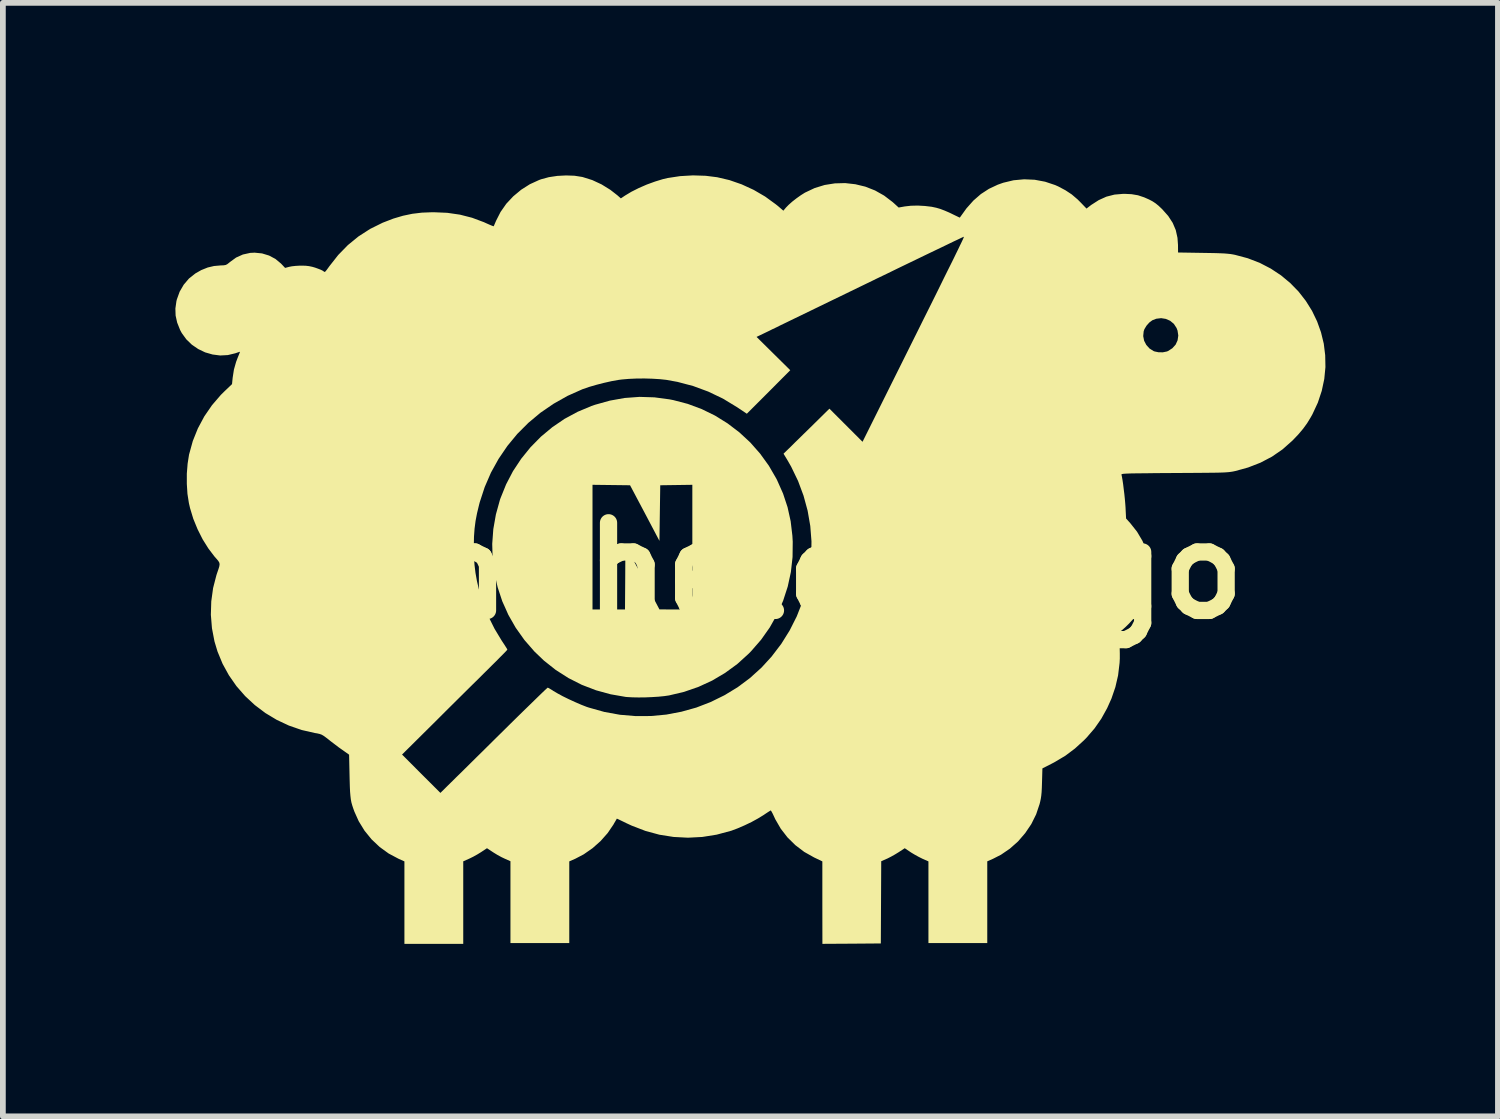
<source format=kicad_pcb>
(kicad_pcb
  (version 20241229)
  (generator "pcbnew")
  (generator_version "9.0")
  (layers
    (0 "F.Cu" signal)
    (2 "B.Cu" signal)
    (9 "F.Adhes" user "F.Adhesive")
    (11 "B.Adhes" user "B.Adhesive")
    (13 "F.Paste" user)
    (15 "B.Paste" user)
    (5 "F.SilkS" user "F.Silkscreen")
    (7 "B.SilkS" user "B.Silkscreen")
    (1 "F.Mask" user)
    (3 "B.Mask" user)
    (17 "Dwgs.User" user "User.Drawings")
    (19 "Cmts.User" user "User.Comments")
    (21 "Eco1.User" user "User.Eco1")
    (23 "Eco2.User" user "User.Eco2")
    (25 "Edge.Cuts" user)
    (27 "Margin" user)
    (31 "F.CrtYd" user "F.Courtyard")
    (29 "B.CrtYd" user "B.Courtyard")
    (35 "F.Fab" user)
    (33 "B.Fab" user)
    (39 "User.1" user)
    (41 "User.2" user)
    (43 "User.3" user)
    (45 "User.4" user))
  (footprint "Handheld_Logo"
    (layer "F.Cu")
    (at 10 6.876)
    (property "Reference" "Handheld_Logo" (at 0 0 0) (layer "F.SilkS") (effects (font (size 1.524 1.524) (thickness 0.3))))
    (attr board_only exclude_from_pos_files exclude_from_bom)
    (fp_poly (pts (xy -1.669 -3.016) (xy -1.407 -2.981) (xy -1.341 -2.968) (xy -1.089 -2.902) (xy -0.847 -2.812) (xy -0.616 -2.699) (xy -0.397 -2.563) (xy -0.192 -2.407) (xy -0.003 -2.232) (xy 0.168 -2.038) (xy 0.32 -1.828) (xy 0.451 -1.602) (xy 0.464 -1.576) (xy 0.568 -1.342) (xy 0.646 -1.106) (xy 0.7 -0.862) (xy 0.73 -0.609) (xy 0.736 -0.505) (xy 0.733 -0.239) (xy 0.704 0.021) (xy 0.649 0.275) (xy 0.569 0.521) (xy 0.465 0.758) (xy 0.337 0.985) (xy 0.186 1.199) (xy 0.012 1.399) (xy -0.028 1.44) (xy -0.225 1.619) (xy -0.438 1.775) (xy -0.664 1.909) (xy -0.903 2.019) (xy -1.154 2.106) (xy -1.416 2.168) (xy -1.417 2.168) (xy -1.5 2.18) (xy -1.601 2.19) (xy -1.714 2.197) (xy -1.832 2.202) (xy -1.947 2.203) (xy -2.053 2.201) (xy -2.141 2.196) (xy -2.167 2.194) (xy -2.431 2.148) (xy -2.686 2.078) (xy -2.931 1.984) (xy -3.164 1.866) (xy -3.385 1.725) (xy -3.591 1.562) (xy -3.756 1.404) (xy -3.93 1.204) (xy -4.082 0.99) (xy -4.21 0.766) (xy -4.251 0.673) (xy -2.746 0.673) (xy -2.181 0.673) (xy -2.177 0.112) (xy -2.174 -0.449) (xy -1.878 0.111) (xy -1.582 0.672) (xy -1.296 0.673) (xy -1.01 0.673) (xy -1.01 -1.495) (xy -1.289 -1.491) (xy -1.568 -1.487) (xy -1.575 -1.004) (xy -1.582 -0.52) (xy -1.837 -1.004) (xy -2.093 -1.487) (xy -2.746 -1.495) (xy -2.746 0.673) (xy -4.251 0.673) (xy -4.315 0.531) (xy -4.395 0.289) (xy -4.452 0.041) (xy -4.483 -0.212) (xy -4.49 -0.467) (xy -4.471 -0.724) (xy -4.426 -0.98) (xy -4.356 -1.233) (xy -4.347 -1.259) (xy -4.249 -1.502) (xy -4.129 -1.732) (xy -3.986 -1.948) (xy -3.824 -2.148) (xy -3.643 -2.332) (xy -3.445 -2.497) (xy -3.232 -2.642) (xy -3.004 -2.765) (xy -2.763 -2.866) (xy -2.702 -2.887) (xy -2.444 -2.959) (xy -2.187 -3.005) (xy -1.929 -3.024)) (stroke (width 0) (type solid)) (fill yes) (layer "F.SilkS"))
    (fp_poly (pts (xy -0.778 -6.869) (xy -0.579 -6.844) (xy -0.365 -6.794) (xy -0.152 -6.72) (xy 0.057 -6.624) (xy 0.256 -6.508) (xy 0.44 -6.374) (xy 0.479 -6.343) (xy 0.573 -6.262) (xy 0.618 -6.316) (xy 0.665 -6.364) (xy 0.728 -6.42) (xy 0.801 -6.477) (xy 0.877 -6.531) (xy 0.947 -6.575) (xy 0.953 -6.578) (xy 1.118 -6.656) (xy 1.291 -6.709) (xy 1.468 -6.737) (xy 1.647 -6.742) (xy 1.825 -6.722) (xy 1.999 -6.68) (xy 2.167 -6.614) (xy 2.325 -6.525) (xy 2.472 -6.413) (xy 2.499 -6.389) (xy 2.578 -6.317) (xy 2.685 -6.336) (xy 2.79 -6.348) (xy 2.91 -6.351) (xy 3.034 -6.344) (xy 3.153 -6.33) (xy 3.236 -6.312) (xy 3.301 -6.293) (xy 3.377 -6.264) (xy 3.454 -6.231) (xy 3.498 -6.21) (xy 3.553 -6.183) (xy 3.599 -6.161) (xy 3.63 -6.146) (xy 3.642 -6.142) (xy 3.757 -6.302) (xy 3.878 -6.438) (xy 4.008 -6.551) (xy 4.148 -6.642) (xy 4.301 -6.714) (xy 4.397 -6.748) (xy 4.576 -6.791) (xy 4.76 -6.808) (xy 4.944 -6.8) (xy 5.125 -6.766) (xy 5.299 -6.708) (xy 5.355 -6.683) (xy 5.479 -6.617) (xy 5.588 -6.545) (xy 5.69 -6.458) (xy 5.746 -6.402) (xy 5.845 -6.299) (xy 5.927 -6.362) (xy 6.058 -6.446) (xy 6.191 -6.506) (xy 6.332 -6.542) (xy 6.485 -6.555) (xy 6.506 -6.555) (xy 6.629 -6.549) (xy 6.74 -6.53) (xy 6.848 -6.494) (xy 6.932 -6.457) (xy 6.993 -6.425) (xy 7.046 -6.39) (xy 7.099 -6.347) (xy 7.16 -6.289) (xy 7.162 -6.287) (xy 7.266 -6.17) (xy 7.344 -6.05) (xy 7.397 -5.925) (xy 7.427 -5.79) (xy 7.436 -5.665) (xy 7.437 -5.535) (xy 7.868 -5.528) (xy 7.994 -5.526) (xy 8.097 -5.524) (xy 8.18 -5.521) (xy 8.248 -5.518) (xy 8.303 -5.513) (xy 8.351 -5.508) (xy 8.393 -5.501) (xy 8.428 -5.494) (xy 8.649 -5.435) (xy 8.857 -5.355) (xy 9.05 -5.255) (xy 9.228 -5.137) (xy 9.389 -5.003) (xy 9.533 -4.855) (xy 9.659 -4.693) (xy 9.767 -4.52) (xy 9.855 -4.337) (xy 9.923 -4.147) (xy 9.971 -3.95) (xy 9.996 -3.748) (xy 10 -3.542) (xy 9.98 -3.336) (xy 9.936 -3.129) (xy 9.868 -2.924) (xy 9.774 -2.722) (xy 9.745 -2.67) (xy 9.681 -2.565) (xy 9.612 -2.47) (xy 9.533 -2.376) (xy 9.438 -2.276) (xy 9.423 -2.261) (xy 9.255 -2.112) (xy 9.071 -1.985) (xy 8.871 -1.88) (xy 8.655 -1.796) (xy 8.433 -1.735) (xy 8.406 -1.729) (xy 8.38 -1.724) (xy 8.353 -1.72) (xy 8.322 -1.716) (xy 8.286 -1.713) (xy 8.242 -1.71) (xy 8.188 -1.708) (xy 8.123 -1.706) (xy 8.043 -1.705) (xy 7.947 -1.704) (xy 7.832 -1.703) (xy 7.697 -1.702) (xy 7.539 -1.701) (xy 7.372 -1.7) (xy 7.192 -1.699) (xy 7.036 -1.698) (xy 6.904 -1.696) (xy 6.793 -1.695) (xy 6.701 -1.694) (xy 6.627 -1.693) (xy 6.57 -1.691) (xy 6.526 -1.689) (xy 6.494 -1.687) (xy 6.473 -1.684) (xy 6.46 -1.681) (xy 6.454 -1.677) (xy 6.453 -1.673) (xy 6.453 -1.672) (xy 6.461 -1.635) (xy 6.471 -1.578) (xy 6.482 -1.504) (xy 6.492 -1.421) (xy 6.503 -1.333) (xy 6.512 -1.246) (xy 6.519 -1.165) (xy 6.524 -1.096) (xy 6.524 -1.09) (xy 6.533 -0.909) (xy 6.606 -0.828) (xy 6.724 -0.679) (xy 6.818 -0.52) (xy 6.889 -0.35) (xy 6.906 -0.295) (xy 6.923 -0.214) (xy 6.936 -0.115) (xy 6.943 -0.007) (xy 6.944 0.099) (xy 6.938 0.195) (xy 6.933 0.237) (xy 6.898 0.385) (xy 6.844 0.535) (xy 6.774 0.676) (xy 6.726 0.753) (xy 6.689 0.802) (xy 6.639 0.859) (xy 6.584 0.919) (xy 6.527 0.975) (xy 6.477 1.02) (xy 6.447 1.044) (xy 6.414 1.069) (xy 6.4 1.089) (xy 6.399 1.112) (xy 6.4 1.117) (xy 6.41 1.176) (xy 6.417 1.255) (xy 6.422 1.344) (xy 6.424 1.438) (xy 6.424 1.529) (xy 6.42 1.603) (xy 6.394 1.82) (xy 6.347 2.023) (xy 6.279 2.222) (xy 6.204 2.389) (xy 6.102 2.573) (xy 5.985 2.741) (xy 5.848 2.9) (xy 5.801 2.948) (xy 5.643 3.092) (xy 5.478 3.216) (xy 5.297 3.324) (xy 5.241 3.354) (xy 5.078 3.437) (xy 5.071 3.68) (xy 5.068 3.776) (xy 5.064 3.851) (xy 5.058 3.912) (xy 5.05 3.965) (xy 5.039 4.017) (xy 5.029 4.057) (xy 4.969 4.236) (xy 4.885 4.405) (xy 4.779 4.562) (xy 4.655 4.706) (xy 4.513 4.832) (xy 4.358 4.938) (xy 4.219 5.009) (xy 4.119 5.053) (xy 4.119 6.475) (xy 3.096 6.475) (xy 3.096 5.764) (xy 3.096 5.054) (xy 2.992 5.008) (xy 2.928 4.976) (xy 2.857 4.937) (xy 2.792 4.898) (xy 2.785 4.893) (xy 2.684 4.825) (xy 2.577 4.895) (xy 2.515 4.933) (xy 2.447 4.971) (xy 2.385 5.003) (xy 2.373 5.008) (xy 2.275 5.051) (xy 2.268 6.481) (xy 1.76 6.485) (xy 1.252 6.488) (xy 1.251 5.771) (xy 1.251 5.054) (xy 1.107 4.985) (xy 0.936 4.889) (xy 0.782 4.772) (xy 0.645 4.637) (xy 0.528 4.486) (xy 0.432 4.32) (xy 0.409 4.27) (xy 0.387 4.223) (xy 0.368 4.188) (xy 0.356 4.17) (xy 0.353 4.168) (xy 0.339 4.176) (xy 0.307 4.196) (xy 0.263 4.225) (xy 0.229 4.248) (xy 0.133 4.307) (xy 0.02 4.369) (xy -0.101 4.427) (xy -0.221 4.479) (xy -0.33 4.52) (xy -0.337 4.522) (xy -0.586 4.589) (xy -0.836 4.629) (xy -1.086 4.642) (xy -1.336 4.629) (xy -1.583 4.59) (xy -1.826 4.524) (xy -2.065 4.432) (xy -2.16 4.388) (xy -2.219 4.359) (xy -2.269 4.335) (xy -2.304 4.318) (xy -2.322 4.311) (xy -2.323 4.311) (xy -2.33 4.323) (xy -2.347 4.353) (xy -2.372 4.395) (xy -2.381 4.412) (xy -2.483 4.562) (xy -2.606 4.701) (xy -2.746 4.825) (xy -2.9 4.932) (xy -3.045 5.008) (xy -3.15 5.054) (xy -3.15 5.764) (xy -3.15 6.475) (xy -4.173 6.475) (xy -4.173 5.051) (xy -4.27 5.008) (xy -4.329 4.98) (xy -4.397 4.943) (xy -4.461 4.904) (xy -4.475 4.895) (xy -4.581 4.825) (xy -4.687 4.895) (xy -4.749 4.933) (xy -4.819 4.972) (xy -4.882 5.003) (xy -4.893 5.008) (xy -4.994 5.053) (xy -4.994 6.488) (xy -6.017 6.488) (xy -6.017 5.771) (xy -6.017 5.054) (xy -6.12 5.008) (xy -6.291 4.917) (xy -6.447 4.804) (xy -6.588 4.671) (xy -6.71 4.521) (xy -6.812 4.355) (xy -6.887 4.188) (xy -6.908 4.13) (xy -6.925 4.078) (xy -6.939 4.028) (xy -6.949 3.975) (xy -6.956 3.914) (xy -6.962 3.843) (xy -6.966 3.756) (xy -6.969 3.65) (xy -6.971 3.568) (xy -6.979 3.198) (xy -6.982 3.196) (xy -6.058 3.196) (xy -5.725 3.53) (xy -5.391 3.863) (xy -5.216 3.69) (xy -5.178 3.653) (xy -5.123 3.598) (xy -5.052 3.529) (xy -4.968 3.446) (xy -4.873 3.352) (xy -4.768 3.248) (xy -4.655 3.137) (xy -4.537 3.02) (xy -4.416 2.9) (xy -4.292 2.778) (xy -4.289 2.775) (xy -4.171 2.658) (xy -4.058 2.547) (xy -3.952 2.443) (xy -3.854 2.348) (xy -3.766 2.262) (xy -3.69 2.188) (xy -3.626 2.126) (xy -3.577 2.079) (xy -3.543 2.048) (xy -3.527 2.033) (xy -3.526 2.033) (xy -3.509 2.039) (xy -3.477 2.058) (xy -3.436 2.083) (xy -3.43 2.088) (xy -3.355 2.132) (xy -3.263 2.182) (xy -3.159 2.233) (xy -3.05 2.283) (xy -2.944 2.329) (xy -2.847 2.367) (xy -2.807 2.38) (xy -2.54 2.455) (xy -2.27 2.504) (xy -1.999 2.527) (xy -1.729 2.526) (xy -1.462 2.501) (xy -1.199 2.451) (xy -0.941 2.379) (xy -0.692 2.283) (xy -0.452 2.165) (xy -0.223 2.026) (xy -0.007 1.865) (xy 0.194 1.683) (xy 0.367 1.494) (xy 0.537 1.271) (xy 0.683 1.037) (xy 0.806 0.793) (xy 0.905 0.541) (xy 0.98 0.283) (xy 1.032 0.02) (xy 1.059 -0.246) (xy 1.062 -0.513) (xy 1.041 -0.78) (xy 0.995 -1.045) (xy 0.924 -1.306) (xy 0.829 -1.561) (xy 0.709 -1.81) (xy 0.645 -1.922) (xy 0.576 -2.036) (xy 0.648 -2.106) (xy 0.675 -2.132) (xy 0.719 -2.175) (xy 0.775 -2.231) (xy 0.843 -2.297) (xy 0.917 -2.37) (xy 0.997 -2.448) (xy 1.047 -2.497) (xy 1.374 -2.819) (xy 1.662 -2.531) (xy 1.95 -2.243) (xy 2.774 -3.898) (xy 2.865 -4.081) (xy 6.831 -4.081) (xy 6.847 -4) (xy 6.885 -3.927) (xy 6.941 -3.865) (xy 7.013 -3.82) (xy 7.03 -3.814) (xy 7.097 -3.8) (xy 7.172 -3.799) (xy 7.241 -3.813) (xy 7.262 -3.821) (xy 7.338 -3.87) (xy 7.395 -3.933) (xy 7.429 -4.008) (xy 7.441 -4.091) (xy 7.428 -4.177) (xy 7.411 -4.222) (xy 7.364 -4.294) (xy 7.3 -4.347) (xy 7.225 -4.38) (xy 7.143 -4.393) (xy 7.058 -4.383) (xy 6.991 -4.357) (xy 6.938 -4.318) (xy 6.889 -4.263) (xy 6.852 -4.202) (xy 6.839 -4.164) (xy 6.831 -4.081) (xy 2.865 -4.081) (xy 2.9 -4.151) (xy 3.014 -4.381) (xy 3.118 -4.589) (xy 3.211 -4.776) (xy 3.294 -4.944) (xy 3.367 -5.093) (xy 3.432 -5.224) (xy 3.489 -5.338) (xy 3.538 -5.437) (xy 3.579 -5.522) (xy 3.614 -5.593) (xy 3.642 -5.652) (xy 3.665 -5.699) (xy 3.683 -5.737) (xy 3.696 -5.765) (xy 3.705 -5.786) (xy 3.71 -5.799) (xy 3.712 -5.807) (xy 3.712 -5.809) (xy 3.699 -5.804) (xy 3.664 -5.788) (xy 3.608 -5.761) (xy 3.531 -5.725) (xy 3.436 -5.679) (xy 3.324 -5.625) (xy 3.197 -5.564) (xy 3.055 -5.496) (xy 2.9 -5.421) (xy 2.734 -5.341) (xy 2.558 -5.256) (xy 2.374 -5.166) (xy 2.182 -5.074) (xy 2.14 -5.053) (xy 1.942 -4.957) (xy 1.748 -4.863) (xy 1.559 -4.771) (xy 1.377 -4.683) (xy 1.204 -4.599) (xy 1.041 -4.52) (xy 0.891 -4.447) (xy 0.754 -4.381) (xy 0.633 -4.322) (xy 0.529 -4.272) (xy 0.445 -4.23) (xy 0.381 -4.2) (xy 0.34 -4.179) (xy 0.34 -4.179) (xy 0.107 -4.067) (xy 0.693 -3.488) (xy 0.316 -3.109) (xy -0.062 -2.731) (xy -0.234 -2.846) (xy -0.478 -2.994) (xy -0.733 -3.116) (xy -0.996 -3.213) (xy -1.269 -3.285) (xy -1.462 -3.32) (xy -1.574 -3.332) (xy -1.703 -3.34) (xy -1.841 -3.344) (xy -1.981 -3.343) (xy -2.114 -3.337) (xy -2.232 -3.327) (xy -2.288 -3.32) (xy -2.412 -3.298) (xy -2.545 -3.268) (xy -2.678 -3.234) (xy -2.802 -3.198) (xy -2.909 -3.161) (xy -2.921 -3.157) (xy -3.179 -3.042) (xy -3.422 -2.905) (xy -3.65 -2.749) (xy -3.861 -2.573) (xy -4.054 -2.38) (xy -4.227 -2.17) (xy -4.38 -1.945) (xy -4.512 -1.707) (xy -4.621 -1.455) (xy -4.707 -1.192) (xy -4.718 -1.15) (xy -4.754 -1.001) (xy -4.78 -0.865) (xy -4.797 -0.733) (xy -4.807 -0.595) (xy -4.81 -0.442) (xy -4.811 -0.411) (xy -4.808 -0.248) (xy -4.798 -0.102) (xy -4.781 0.037) (xy -4.756 0.177) (xy -4.725 0.311) (xy -4.654 0.548) (xy -4.562 0.783) (xy -4.45 1.008) (xy -4.327 1.212) (xy -4.29 1.268) (xy -4.259 1.316) (xy -4.237 1.351) (xy -4.227 1.37) (xy -4.227 1.371) (xy -4.236 1.383) (xy -4.262 1.411) (xy -4.303 1.453) (xy -4.357 1.507) (xy -4.421 1.572) (xy -4.494 1.644) (xy -4.56 1.71) (xy -4.634 1.783) (xy -4.723 1.872) (xy -4.826 1.973) (xy -4.938 2.084) (xy -5.057 2.202) (xy -5.179 2.323) (xy -5.301 2.444) (xy -5.42 2.563) (xy -5.475 2.618) (xy -6.058 3.196) (xy -6.982 3.196) (xy -7.095 3.116) (xy -7.159 3.071) (xy -7.231 3.016) (xy -7.301 2.963) (xy -7.332 2.938) (xy -7.385 2.897) (xy -7.424 2.869) (xy -7.457 2.85) (xy -7.491 2.838) (xy -7.534 2.828) (xy -7.572 2.822) (xy -7.804 2.769) (xy -8.026 2.692) (xy -8.237 2.593) (xy -8.435 2.474) (xy -8.619 2.335) (xy -8.787 2.179) (xy -8.938 2.006) (xy -9.069 1.818) (xy -9.179 1.618) (xy -9.267 1.405) (xy -9.32 1.229) (xy -9.364 0.999) (xy -9.383 0.765) (xy -9.376 0.532) (xy -9.344 0.3) (xy -9.286 0.075) (xy -9.273 0.036) (xy -9.25 -0.031) (xy -9.236 -0.078) (xy -9.231 -0.113) (xy -9.236 -0.141) (xy -9.253 -0.17) (xy -9.282 -0.205) (xy -9.317 -0.244) (xy -9.425 -0.386) (xy -9.526 -0.547) (xy -9.614 -0.722) (xy -9.689 -0.905) (xy -9.745 -1.09) (xy -9.765 -1.177) (xy -9.79 -1.337) (xy -9.801 -1.511) (xy -9.801 -1.69) (xy -9.787 -1.864) (xy -9.762 -2.023) (xy -9.76 -2.029) (xy -9.697 -2.257) (xy -9.609 -2.476) (xy -9.497 -2.685) (xy -9.363 -2.88) (xy -9.208 -3.06) (xy -9.146 -3.121) (xy -9.015 -3.246) (xy -9.004 -3.356) (xy -8.982 -3.499) (xy -8.944 -3.633) (xy -8.912 -3.717) (xy -8.894 -3.761) (xy -8.881 -3.794) (xy -8.876 -3.809) (xy -8.876 -3.809) (xy -8.89 -3.805) (xy -8.921 -3.795) (xy -8.959 -3.782) (xy -9.088 -3.751) (xy -9.221 -3.744) (xy -9.353 -3.761) (xy -9.482 -3.798) (xy -9.603 -3.856) (xy -9.714 -3.932) (xy -9.81 -4.025) (xy -9.889 -4.134) (xy -9.918 -4.188) (xy -9.969 -4.316) (xy -9.996 -4.438) (xy -10 -4.56) (xy -9.982 -4.688) (xy -9.975 -4.717) (xy -9.926 -4.853) (xy -9.855 -4.975) (xy -9.764 -5.082) (xy -9.652 -5.171) (xy -9.55 -5.229) (xy -9.438 -5.274) (xy -9.328 -5.3) (xy -9.213 -5.31) (xy -9.161 -5.312) (xy -9.126 -5.318) (xy -9.099 -5.331) (xy -9.068 -5.355) (xy -9.05 -5.37) (xy -8.944 -5.447) (xy -8.826 -5.5) (xy -8.699 -5.528) (xy -8.622 -5.532) (xy -8.493 -5.519) (xy -8.371 -5.482) (xy -8.26 -5.423) (xy -8.164 -5.343) (xy -8.158 -5.337) (xy -8.092 -5.267) (xy -8.02 -5.286) (xy -7.973 -5.295) (xy -7.909 -5.302) (xy -7.839 -5.306) (xy -7.814 -5.306) (xy -7.738 -5.305) (xy -7.677 -5.298) (xy -7.619 -5.286) (xy -7.571 -5.272) (xy -7.518 -5.253) (xy -7.472 -5.235) (xy -7.441 -5.22) (xy -7.437 -5.217) (xy -7.413 -5.201) (xy -7.401 -5.196) (xy -7.39 -5.206) (xy -7.367 -5.234) (xy -7.338 -5.274) (xy -7.319 -5.3) (xy -7.168 -5.492) (xy -7 -5.664) (xy -6.815 -5.815) (xy -6.613 -5.945) (xy -6.395 -6.053) (xy -6.208 -6.125) (xy -6.042 -6.174) (xy -5.88 -6.208) (xy -5.713 -6.228) (xy -5.533 -6.235) (xy -5.505 -6.235) (xy -5.272 -6.225) (xy -5.051 -6.193) (xy -4.84 -6.139) (xy -4.634 -6.062) (xy -4.586 -6.04) (xy -4.536 -6.018) (xy -4.495 -6.001) (xy -4.47 -5.992) (xy -4.465 -5.991) (xy -4.458 -6.005) (xy -4.444 -6.038) (xy -4.425 -6.082) (xy -4.423 -6.087) (xy -4.345 -6.24) (xy -4.245 -6.383) (xy -4.124 -6.512) (xy -3.987 -6.626) (xy -3.836 -6.722) (xy -3.674 -6.796) (xy -3.638 -6.809) (xy -3.505 -6.845) (xy -3.358 -6.867) (xy -3.207 -6.875) (xy -3.06 -6.87) (xy -2.926 -6.849) (xy -2.911 -6.845) (xy -2.749 -6.794) (xy -2.588 -6.719) (xy -2.436 -6.625) (xy -2.314 -6.53) (xy -2.253 -6.476) (xy -2.18 -6.525) (xy -2.07 -6.591) (xy -1.941 -6.656) (xy -1.801 -6.717) (xy -1.658 -6.769) (xy -1.521 -6.811) (xy -1.44 -6.83) (xy -1.223 -6.863) (xy -1 -6.876)) (stroke (width 0) (type solid)) (fill yes) (layer "F.SilkS")))
  (gr_rect
    (start -3 -3)
    (end 23 16.364)
    (stroke (width 0.1) (type default))
    (fill no)
    (layer "Edge.Cuts")))
</source>
